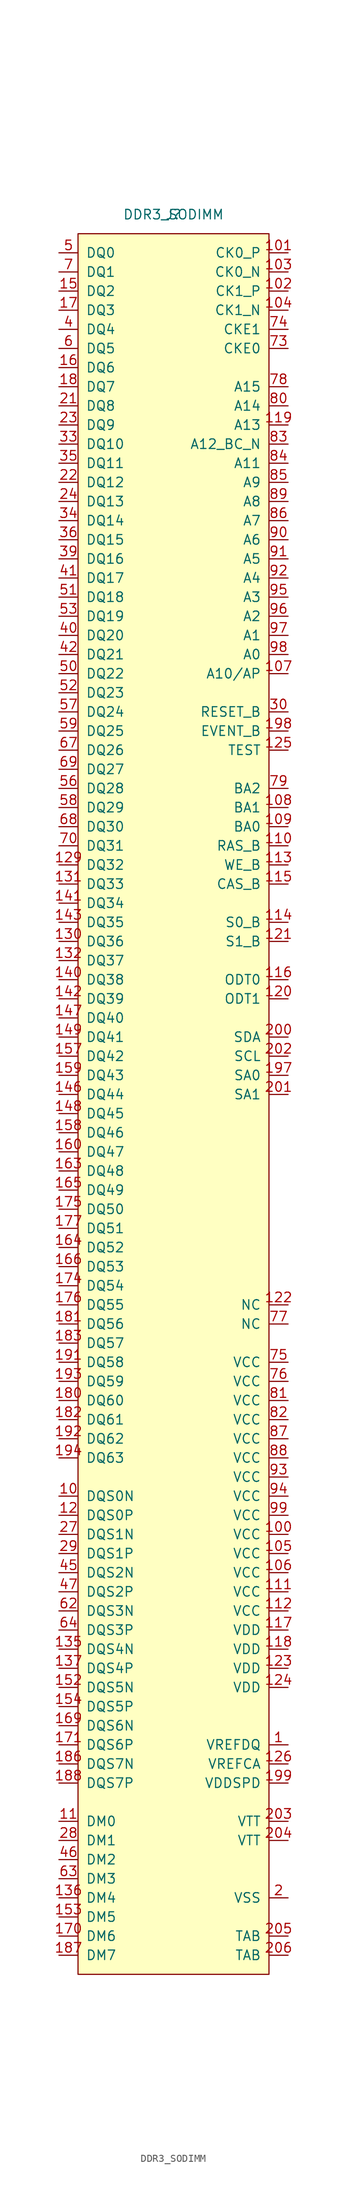
<source format=kicad_sym>
(kicad_symbol_lib
  (version 20220914)
  (generator kicad_symbol_editor)
  (symbol "DDR3_SODIMM"
    (pin_names
      (offset 1.016))
    (property "Reference" "J"
      (at 0 0 0)
      (effects (font (size 1.27 1.27))))
    (property "Value" "DDR3_SODIMM"
      (at 0 0 0)
      (effects (font (size 1.27 1.27))))
    (symbol "DDR3_SODIMM_0_1"
      (rectangle (start -12.7 -2.54) (end 12.7 -233.68) (stroke (width 0) (type default)) (fill (type background))))
    (symbol "DDR3_SODIMM_1_1"
      (pin power_in line (at 15.24 -203.2 180) (length 2.54) (name "VREFDQ" (effects (font (size 1.27 1.27)))) (number "1" (effects (font (size 1.27 1.27)))))
      (pin bidirectional line (at -15.24 -170.18 0) (length 2.54) (name "DQS0N" (effects (font (size 1.27 1.27)))) (number "10" (effects (font (size 1.27 1.27)))))
      (pin power_in line (at 15.24 -175.26 180) (length 2.54) (name "VCC" (effects (font (size 1.27 1.27)))) (number "100" (effects (font (size 1.27 1.27)))))
      (pin input line (at 15.24 -5.08 180) (length 2.54) (name "CK0_P" (effects (font (size 1.27 1.27)))) (number "101" (effects (font (size 1.27 1.27)))))
      (pin input line (at 15.24 -10.16 180) (length 2.54) (name "CK1_P" (effects (font (size 1.27 1.27)))) (number "102" (effects (font (size 1.27 1.27)))))
      (pin input line (at 15.24 -7.62 180) (length 2.54) (name "CK0_N" (effects (font (size 1.27 1.27)))) (number "103" (effects (font (size 1.27 1.27)))))
      (pin input line (at 15.24 -12.7 180) (length 2.54) (name "CK1_N" (effects (font (size 1.27 1.27)))) (number "104" (effects (font (size 1.27 1.27)))))
      (pin power_in line (at 15.24 -177.8 180) (length 2.54) (name "VCC" (effects (font (size 1.27 1.27)))) (number "105" (effects (font (size 1.27 1.27)))))
      (pin power_in line (at 15.24 -180.34 180) (length 2.54) (name "VCC" (effects (font (size 1.27 1.27)))) (number "106" (effects (font (size 1.27 1.27)))))
      (pin input line (at 15.24 -60.96 180) (length 2.54) (name "A10/AP" (effects (font (size 1.27 1.27)))) (number "107" (effects (font (size 1.27 1.27)))))
      (pin input line (at 15.24 -78.74 180) (length 2.54) (name "BA1" (effects (font (size 1.27 1.27)))) (number "108" (effects (font (size 1.27 1.27)))))
      (pin input line (at 15.24 -81.28 180) (length 2.54) (name "BA0" (effects (font (size 1.27 1.27)))) (number "109" (effects (font (size 1.27 1.27)))))
      (pin input line (at -15.24 -213.36 0) (length 2.54) (name "DM0" (effects (font (size 1.27 1.27)))) (number "11" (effects (font (size 1.27 1.27)))))
      (pin input line (at 15.24 -83.82 180) (length 2.54) (name "RAS_B" (effects (font (size 1.27 1.27)))) (number "110" (effects (font (size 1.27 1.27)))))
      (pin power_in line (at 15.24 -182.88 180) (length 2.54) (name "VCC" (effects (font (size 1.27 1.27)))) (number "111" (effects (font (size 1.27 1.27)))))
      (pin power_in line (at 15.24 -185.42 180) (length 2.54) (name "VCC" (effects (font (size 1.27 1.27)))) (number "112" (effects (font (size 1.27 1.27)))))
      (pin input line (at 15.24 -86.36 180) (length 2.54) (name "WE_B" (effects (font (size 1.27 1.27)))) (number "113" (effects (font (size 1.27 1.27)))))
      (pin input line (at 15.24 -93.98 180) (length 2.54) (name "S0_B" (effects (font (size 1.27 1.27)))) (number "114" (effects (font (size 1.27 1.27)))))
      (pin input line (at 15.24 -88.9 180) (length 2.54) (name "CAS_B" (effects (font (size 1.27 1.27)))) (number "115" (effects (font (size 1.27 1.27)))))
      (pin input line (at 15.24 -101.6 180) (length 2.54) (name "ODT0" (effects (font (size 1.27 1.27)))) (number "116" (effects (font (size 1.27 1.27)))))
      (pin power_in line (at 15.24 -187.96 180) (length 2.54) (name "VDD" (effects (font (size 1.27 1.27)))) (number "117" (effects (font (size 1.27 1.27)))))
      (pin power_in line (at 15.24 -190.5 180) (length 2.54) (name "VDD" (effects (font (size 1.27 1.27)))) (number "118" (effects (font (size 1.27 1.27)))))
      (pin input line (at 15.24 -27.94 180) (length 2.54) (name "A13" (effects (font (size 1.27 1.27)))) (number "119" (effects (font (size 1.27 1.27)))))
      (pin bidirectional line (at -15.24 -172.72 0) (length 2.54) (name "DQS0P" (effects (font (size 1.27 1.27)))) (number "12" (effects (font (size 1.27 1.27)))))
      (pin input line (at 15.24 -104.14 180) (length 2.54) (name "ODT1" (effects (font (size 1.27 1.27)))) (number "120" (effects (font (size 1.27 1.27)))))
      (pin input line (at 15.24 -96.52 180) (length 2.54) (name "S1_B" (effects (font (size 1.27 1.27)))) (number "121" (effects (font (size 1.27 1.27)))))
      (pin passive line (at 15.24 -144.78 180) (length 2.54) (name "NC" (effects (font (size 1.27 1.27)))) (number "122" (effects (font (size 1.27 1.27)))))
      (pin power_in line (at 15.24 -193.04 180) (length 2.54) (name "VDD" (effects (font (size 1.27 1.27)))) (number "123" (effects (font (size 1.27 1.27)))))
      (pin power_in line (at 15.24 -195.58 180) (length 2.54) (name "VDD" (effects (font (size 1.27 1.27)))) (number "124" (effects (font (size 1.27 1.27)))))
      (pin input line (at 15.24 -71.12 180) (length 2.54) (name "TEST" (effects (font (size 1.27 1.27)))) (number "125" (effects (font (size 1.27 1.27)))))
      (pin power_in line (at 15.24 -205.74 180) (length 2.54) (name "VREFCA" (effects (font (size 1.27 1.27)))) (number "126" (effects (font (size 1.27 1.27)))))
      (pin power_in line (at 15.24 -223.52 180) (length 2.54) hide (name "VSS" (effects (font (size 1.27 1.27)))) (number "127" (effects (font (size 1.27 1.27)))))
      (pin power_in line (at 15.24 -223.52 180) (length 2.54) hide (name "VSS" (effects (font (size 1.27 1.27)))) (number "128" (effects (font (size 1.27 1.27)))))
      (pin bidirectional line (at -15.24 -86.36 0) (length 2.54) (name "DQ32" (effects (font (size 1.27 1.27)))) (number "129" (effects (font (size 1.27 1.27)))))
      (pin power_in line (at 15.24 -223.52 180) (length 2.54) hide (name "VSS" (effects (font (size 1.27 1.27)))) (number "13" (effects (font (size 1.27 1.27)))))
      (pin power_in line (at 15.24 -223.52 180) (length 2.54) hide (name "VSS" (effects (font (size 1.27 1.27)))) (number "13" (effects (font (size 1.27 1.27)))))
      (pin bidirectional line (at -15.24 -96.52 0) (length 2.54) (name "DQ36" (effects (font (size 1.27 1.27)))) (number "130" (effects (font (size 1.27 1.27)))))
      (pin bidirectional line (at -15.24 -88.9 0) (length 2.54) (name "DQ33" (effects (font (size 1.27 1.27)))) (number "131" (effects (font (size 1.27 1.27)))))
      (pin bidirectional line (at -15.24 -99.06 0) (length 2.54) (name "DQ37" (effects (font (size 1.27 1.27)))) (number "132" (effects (font (size 1.27 1.27)))))
      (pin power_in line (at 15.24 -223.52 180) (length 2.54) hide (name "VSS" (effects (font (size 1.27 1.27)))) (number "133" (effects (font (size 1.27 1.27)))))
      (pin power_in line (at 15.24 -223.52 180) (length 2.54) hide (name "VSS" (effects (font (size 1.27 1.27)))) (number "134" (effects (font (size 1.27 1.27)))))
      (pin bidirectional line (at -15.24 -190.5 0) (length 2.54) (name "DQS4N" (effects (font (size 1.27 1.27)))) (number "135" (effects (font (size 1.27 1.27)))))
      (pin input line (at -15.24 -223.52 0) (length 2.54) (name "DM4" (effects (font (size 1.27 1.27)))) (number "136" (effects (font (size 1.27 1.27)))))
      (pin bidirectional line (at -15.24 -193.04 0) (length 2.54) (name "DQS4P" (effects (font (size 1.27 1.27)))) (number "137" (effects (font (size 1.27 1.27)))))
      (pin power_in line (at 15.24 -223.52 180) (length 2.54) hide (name "VSS" (effects (font (size 1.27 1.27)))) (number "138" (effects (font (size 1.27 1.27)))))
      (pin power_in line (at 15.24 -223.52 180) (length 2.54) hide (name "VSS" (effects (font (size 1.27 1.27)))) (number "139" (effects (font (size 1.27 1.27)))))
      (pin power_in line (at 15.24 -223.52 180) (length 2.54) hide (name "VSS" (effects (font (size 1.27 1.27)))) (number "14" (effects (font (size 1.27 1.27)))))
      (pin bidirectional line (at -15.24 -101.6 0) (length 2.54) (name "DQ38" (effects (font (size 1.27 1.27)))) (number "140" (effects (font (size 1.27 1.27)))))
      (pin bidirectional line (at -15.24 -91.44 0) (length 2.54) (name "DQ34" (effects (font (size 1.27 1.27)))) (number "141" (effects (font (size 1.27 1.27)))))
      (pin bidirectional line (at -15.24 -104.14 0) (length 2.54) (name "DQ39" (effects (font (size 1.27 1.27)))) (number "142" (effects (font (size 1.27 1.27)))))
      (pin bidirectional line (at -15.24 -93.98 0) (length 2.54) (name "DQ35" (effects (font (size 1.27 1.27)))) (number "143" (effects (font (size 1.27 1.27)))))
      (pin power_in line (at 15.24 -223.52 180) (length 2.54) hide (name "VSS" (effects (font (size 1.27 1.27)))) (number "144" (effects (font (size 1.27 1.27)))))
      (pin power_in line (at 15.24 -223.52 180) (length 2.54) hide (name "VSS" (effects (font (size 1.27 1.27)))) (number "145" (effects (font (size 1.27 1.27)))))
      (pin bidirectional line (at -15.24 -116.84 0) (length 2.54) (name "DQ44" (effects (font (size 1.27 1.27)))) (number "146" (effects (font (size 1.27 1.27)))))
      (pin bidirectional line (at -15.24 -106.68 0) (length 2.54) (name "DQ40" (effects (font (size 1.27 1.27)))) (number "147" (effects (font (size 1.27 1.27)))))
      (pin bidirectional line (at -15.24 -119.38 0) (length 2.54) (name "DQ45" (effects (font (size 1.27 1.27)))) (number "148" (effects (font (size 1.27 1.27)))))
      (pin bidirectional line (at -15.24 -109.22 0) (length 2.54) (name "DQ41" (effects (font (size 1.27 1.27)))) (number "149" (effects (font (size 1.27 1.27)))))
      (pin bidirectional line (at -15.24 -10.16 0) (length 2.54) (name "DQ2" (effects (font (size 1.27 1.27)))) (number "15" (effects (font (size 1.27 1.27)))))
      (pin power_in line (at 15.24 -223.52 180) (length 2.54) hide (name "VSS" (effects (font (size 1.27 1.27)))) (number "150" (effects (font (size 1.27 1.27)))))
      (pin power_in line (at 15.24 -223.52 180) (length 2.54) hide (name "VSS" (effects (font (size 1.27 1.27)))) (number "151" (effects (font (size 1.27 1.27)))))
      (pin bidirectional line (at -15.24 -195.58 0) (length 2.54) (name "DQS5N" (effects (font (size 1.27 1.27)))) (number "152" (effects (font (size 1.27 1.27)))))
      (pin input line (at -15.24 -226.06 0) (length 2.54) (name "DM5" (effects (font (size 1.27 1.27)))) (number "153" (effects (font (size 1.27 1.27)))))
      (pin bidirectional line (at -15.24 -198.12 0) (length 2.54) (name "DQS5P" (effects (font (size 1.27 1.27)))) (number "154" (effects (font (size 1.27 1.27)))))
      (pin power_in line (at 15.24 -223.52 180) (length 2.54) hide (name "VSS" (effects (font (size 1.27 1.27)))) (number "155" (effects (font (size 1.27 1.27)))))
      (pin power_in line (at 15.24 -223.52 180) (length 2.54) hide (name "VSS" (effects (font (size 1.27 1.27)))) (number "156" (effects (font (size 1.27 1.27)))))
      (pin bidirectional line (at -15.24 -111.76 0) (length 2.54) (name "DQ42" (effects (font (size 1.27 1.27)))) (number "157" (effects (font (size 1.27 1.27)))))
      (pin bidirectional line (at -15.24 -121.92 0) (length 2.54) (name "DQ46" (effects (font (size 1.27 1.27)))) (number "158" (effects (font (size 1.27 1.27)))))
      (pin bidirectional line (at -15.24 -114.3 0) (length 2.54) (name "DQ43" (effects (font (size 1.27 1.27)))) (number "159" (effects (font (size 1.27 1.27)))))
      (pin bidirectional line (at -15.24 -20.32 0) (length 2.54) (name "DQ6" (effects (font (size 1.27 1.27)))) (number "16" (effects (font (size 1.27 1.27)))))
      (pin bidirectional line (at -15.24 -124.46 0) (length 2.54) (name "DQ47" (effects (font (size 1.27 1.27)))) (number "160" (effects (font (size 1.27 1.27)))))
      (pin power_in line (at 15.24 -223.52 180) (length 2.54) hide (name "VSS" (effects (font (size 1.27 1.27)))) (number "161" (effects (font (size 1.27 1.27)))))
      (pin power_in line (at 15.24 -223.52 180) (length 2.54) hide (name "VSS" (effects (font (size 1.27 1.27)))) (number "162" (effects (font (size 1.27 1.27)))))
      (pin bidirectional line (at -15.24 -127 0) (length 2.54) (name "DQ48" (effects (font (size 1.27 1.27)))) (number "163" (effects (font (size 1.27 1.27)))))
      (pin bidirectional line (at -15.24 -137.16 0) (length 2.54) (name "DQ52" (effects (font (size 1.27 1.27)))) (number "164" (effects (font (size 1.27 1.27)))))
      (pin bidirectional line (at -15.24 -129.54 0) (length 2.54) (name "DQ49" (effects (font (size 1.27 1.27)))) (number "165" (effects (font (size 1.27 1.27)))))
      (pin bidirectional line (at -15.24 -139.7 0) (length 2.54) (name "DQ53" (effects (font (size 1.27 1.27)))) (number "166" (effects (font (size 1.27 1.27)))))
      (pin power_in line (at 15.24 -223.52 180) (length 2.54) hide (name "VSS" (effects (font (size 1.27 1.27)))) (number "167" (effects (font (size 1.27 1.27)))))
      (pin power_in line (at 15.24 -223.52 180) (length 2.54) hide (name "VSS" (effects (font (size 1.27 1.27)))) (number "168" (effects (font (size 1.27 1.27)))))
      (pin bidirectional line (at -15.24 -200.66 0) (length 2.54) (name "DQS6N" (effects (font (size 1.27 1.27)))) (number "169" (effects (font (size 1.27 1.27)))))
      (pin bidirectional line (at -15.24 -12.7 0) (length 2.54) (name "DQ3" (effects (font (size 1.27 1.27)))) (number "17" (effects (font (size 1.27 1.27)))))
      (pin input line (at -15.24 -228.6 0) (length 2.54) (name "DM6" (effects (font (size 1.27 1.27)))) (number "170" (effects (font (size 1.27 1.27)))))
      (pin bidirectional line (at -15.24 -203.2 0) (length 2.54) (name "DQS6P" (effects (font (size 1.27 1.27)))) (number "171" (effects (font (size 1.27 1.27)))))
      (pin power_in line (at 15.24 -223.52 180) (length 2.54) hide (name "VSS" (effects (font (size 1.27 1.27)))) (number "172" (effects (font (size 1.27 1.27)))))
      (pin power_in line (at 15.24 -223.52 180) (length 2.54) hide (name "VSS" (effects (font (size 1.27 1.27)))) (number "173" (effects (font (size 1.27 1.27)))))
      (pin bidirectional line (at -15.24 -142.24 0) (length 2.54) (name "DQ54" (effects (font (size 1.27 1.27)))) (number "174" (effects (font (size 1.27 1.27)))))
      (pin bidirectional line (at -15.24 -132.08 0) (length 2.54) (name "DQ50" (effects (font (size 1.27 1.27)))) (number "175" (effects (font (size 1.27 1.27)))))
      (pin bidirectional line (at -15.24 -144.78 0) (length 2.54) (name "DQ55" (effects (font (size 1.27 1.27)))) (number "176" (effects (font (size 1.27 1.27)))))
      (pin bidirectional line (at -15.24 -134.62 0) (length 2.54) (name "DQ51" (effects (font (size 1.27 1.27)))) (number "177" (effects (font (size 1.27 1.27)))))
      (pin power_in line (at 15.24 -223.52 180) (length 2.54) hide (name "VSS" (effects (font (size 1.27 1.27)))) (number "178" (effects (font (size 1.27 1.27)))))
      (pin power_in line (at 15.24 -223.52 180) (length 2.54) hide (name "VSS" (effects (font (size 1.27 1.27)))) (number "179" (effects (font (size 1.27 1.27)))))
      (pin bidirectional line (at -15.24 -22.86 0) (length 2.54) (name "DQ7" (effects (font (size 1.27 1.27)))) (number "18" (effects (font (size 1.27 1.27)))))
      (pin bidirectional line (at -15.24 -157.48 0) (length 2.54) (name "DQ60" (effects (font (size 1.27 1.27)))) (number "180" (effects (font (size 1.27 1.27)))))
      (pin bidirectional line (at -15.24 -147.32 0) (length 2.54) (name "DQ56" (effects (font (size 1.27 1.27)))) (number "181" (effects (font (size 1.27 1.27)))))
      (pin bidirectional line (at -15.24 -160.02 0) (length 2.54) (name "DQ61" (effects (font (size 1.27 1.27)))) (number "182" (effects (font (size 1.27 1.27)))))
      (pin bidirectional line (at -15.24 -149.86 0) (length 2.54) (name "DQ57" (effects (font (size 1.27 1.27)))) (number "183" (effects (font (size 1.27 1.27)))))
      (pin power_in line (at 15.24 -223.52 180) (length 2.54) hide (name "VSS" (effects (font (size 1.27 1.27)))) (number "184" (effects (font (size 1.27 1.27)))))
      (pin power_in line (at 15.24 -223.52 180) (length 2.54) hide (name "VSS" (effects (font (size 1.27 1.27)))) (number "185" (effects (font (size 1.27 1.27)))))
      (pin power_in line (at 15.24 -223.52 180) (length 2.54) hide (name "VSS" (effects (font (size 1.27 1.27)))) (number "185" (effects (font (size 1.27 1.27)))))
      (pin bidirectional line (at -15.24 -205.74 0) (length 2.54) (name "DQS7N" (effects (font (size 1.27 1.27)))) (number "186" (effects (font (size 1.27 1.27)))))
      (pin input line (at -15.24 -231.14 0) (length 2.54) (name "DM7" (effects (font (size 1.27 1.27)))) (number "187" (effects (font (size 1.27 1.27)))))
      (pin bidirectional line (at -15.24 -208.28 0) (length 2.54) (name "DQS7P" (effects (font (size 1.27 1.27)))) (number "188" (effects (font (size 1.27 1.27)))))
      (pin power_in line (at 15.24 -223.52 180) (length 2.54) hide (name "VSS" (effects (font (size 1.27 1.27)))) (number "189" (effects (font (size 1.27 1.27)))))
      (pin power_in line (at 15.24 -223.52 180) (length 2.54) hide (name "VSS" (effects (font (size 1.27 1.27)))) (number "19" (effects (font (size 1.27 1.27)))))
      (pin power_in line (at 15.24 -223.52 180) (length 2.54) hide (name "VSS" (effects (font (size 1.27 1.27)))) (number "190" (effects (font (size 1.27 1.27)))))
      (pin bidirectional line (at -15.24 -152.4 0) (length 2.54) (name "DQ58" (effects (font (size 1.27 1.27)))) (number "191" (effects (font (size 1.27 1.27)))))
      (pin bidirectional line (at -15.24 -162.56 0) (length 2.54) (name "DQ62" (effects (font (size 1.27 1.27)))) (number "192" (effects (font (size 1.27 1.27)))))
      (pin bidirectional line (at -15.24 -154.94 0) (length 2.54) (name "DQ59" (effects (font (size 1.27 1.27)))) (number "193" (effects (font (size 1.27 1.27)))))
      (pin bidirectional line (at -15.24 -165.1 0) (length 2.54) (name "DQ63" (effects (font (size 1.27 1.27)))) (number "194" (effects (font (size 1.27 1.27)))))
      (pin power_in line (at 15.24 -223.52 180) (length 2.54) hide (name "VSS" (effects (font (size 1.27 1.27)))) (number "195" (effects (font (size 1.27 1.27)))))
      (pin power_in line (at 15.24 -223.52 180) (length 2.54) hide (name "VSS" (effects (font (size 1.27 1.27)))) (number "196" (effects (font (size 1.27 1.27)))))
      (pin bidirectional line (at 15.24 -114.3 180) (length 2.54) (name "SA0" (effects (font (size 1.27 1.27)))) (number "197" (effects (font (size 1.27 1.27)))))
      (pin input line (at 15.24 -68.58 180) (length 2.54) (name "EVENT_B" (effects (font (size 1.27 1.27)))) (number "198" (effects (font (size 1.27 1.27)))))
      (pin power_in line (at 15.24 -208.28 180) (length 2.54) (name "VDDSPD" (effects (font (size 1.27 1.27)))) (number "199" (effects (font (size 1.27 1.27)))))
      (pin power_in line (at 15.24 -223.52 180) (length 2.54) (name "VSS" (effects (font (size 1.27 1.27)))) (number "2" (effects (font (size 1.27 1.27)))))
      (pin power_in line (at 15.24 -223.52 180) (length 2.54) hide (name "VSS" (effects (font (size 1.27 1.27)))) (number "20" (effects (font (size 1.27 1.27)))))
      (pin bidirectional line (at 15.24 -109.22 180) (length 2.54) (name "SDA" (effects (font (size 1.27 1.27)))) (number "200" (effects (font (size 1.27 1.27)))))
      (pin bidirectional line (at 15.24 -116.84 180) (length 2.54) (name "SA1" (effects (font (size 1.27 1.27)))) (number "201" (effects (font (size 1.27 1.27)))))
      (pin bidirectional line (at 15.24 -111.76 180) (length 2.54) (name "SCL" (effects (font (size 1.27 1.27)))) (number "202" (effects (font (size 1.27 1.27)))))
      (pin power_in line (at 15.24 -213.36 180) (length 2.54) (name "VTT" (effects (font (size 1.27 1.27)))) (number "203" (effects (font (size 1.27 1.27)))))
      (pin power_in line (at 15.24 -215.9 180) (length 2.54) (name "VTT" (effects (font (size 1.27 1.27)))) (number "204" (effects (font (size 1.27 1.27)))))
      (pin passive line (at 15.24 -228.6 180) (length 2.54) (name "TAB" (effects (font (size 1.27 1.27)))) (number "205" (effects (font (size 1.27 1.27)))))
      (pin passive line (at 15.24 -231.14 180) (length 2.54) (name "TAB" (effects (font (size 1.27 1.27)))) (number "206" (effects (font (size 1.27 1.27)))))
      (pin bidirectional line (at -15.24 -25.4 0) (length 2.54) (name "DQ8" (effects (font (size 1.27 1.27)))) (number "21" (effects (font (size 1.27 1.27)))))
      (pin bidirectional line (at -15.24 -35.56 0) (length 2.54) (name "DQ12" (effects (font (size 1.27 1.27)))) (number "22" (effects (font (size 1.27 1.27)))))
      (pin bidirectional line (at -15.24 -27.94 0) (length 2.54) (name "DQ9" (effects (font (size 1.27 1.27)))) (number "23" (effects (font (size 1.27 1.27)))))
      (pin bidirectional line (at -15.24 -38.1 0) (length 2.54) (name "DQ13" (effects (font (size 1.27 1.27)))) (number "24" (effects (font (size 1.27 1.27)))))
      (pin power_in line (at 15.24 -223.52 180) (length 2.54) hide (name "VSS" (effects (font (size 1.27 1.27)))) (number "25" (effects (font (size 1.27 1.27)))))
      (pin power_in line (at 15.24 -223.52 180) (length 2.54) hide (name "VSS" (effects (font (size 1.27 1.27)))) (number "26" (effects (font (size 1.27 1.27)))))
      (pin bidirectional line (at -15.24 -175.26 0) (length 2.54) (name "DQS1N" (effects (font (size 1.27 1.27)))) (number "27" (effects (font (size 1.27 1.27)))))
      (pin input line (at -15.24 -215.9 0) (length 2.54) (name "DM1" (effects (font (size 1.27 1.27)))) (number "28" (effects (font (size 1.27 1.27)))))
      (pin bidirectional line (at -15.24 -177.8 0) (length 2.54) (name "DQS1P" (effects (font (size 1.27 1.27)))) (number "29" (effects (font (size 1.27 1.27)))))
      (pin power_in line (at 15.24 -223.52 180) (length 2.54) hide (name "VSS" (effects (font (size 1.27 1.27)))) (number "3" (effects (font (size 1.27 1.27)))))
      (pin input line (at 15.24 -66.04 180) (length 2.54) (name "RESET_B" (effects (font (size 1.27 1.27)))) (number "30" (effects (font (size 1.27 1.27)))))
      (pin power_in line (at 15.24 -223.52 180) (length 2.54) hide (name "VSS" (effects (font (size 1.27 1.27)))) (number "31" (effects (font (size 1.27 1.27)))))
      (pin power_in line (at 15.24 -223.52 180) (length 2.54) hide (name "VSS" (effects (font (size 1.27 1.27)))) (number "32" (effects (font (size 1.27 1.27)))))
      (pin bidirectional line (at -15.24 -30.48 0) (length 2.54) (name "DQ10" (effects (font (size 1.27 1.27)))) (number "33" (effects (font (size 1.27 1.27)))))
      (pin bidirectional line (at -15.24 -40.64 0) (length 2.54) (name "DQ14" (effects (font (size 1.27 1.27)))) (number "34" (effects (font (size 1.27 1.27)))))
      (pin bidirectional line (at -15.24 -33.02 0) (length 2.54) (name "DQ11" (effects (font (size 1.27 1.27)))) (number "35" (effects (font (size 1.27 1.27)))))
      (pin bidirectional line (at -15.24 -43.18 0) (length 2.54) (name "DQ15" (effects (font (size 1.27 1.27)))) (number "36" (effects (font (size 1.27 1.27)))))
      (pin power_in line (at 15.24 -223.52 180) (length 2.54) hide (name "VSS" (effects (font (size 1.27 1.27)))) (number "37" (effects (font (size 1.27 1.27)))))
      (pin power_in line (at 15.24 -223.52 180) (length 2.54) hide (name "VSS" (effects (font (size 1.27 1.27)))) (number "38" (effects (font (size 1.27 1.27)))))
      (pin bidirectional line (at -15.24 -45.72 0) (length 2.54) (name "DQ16" (effects (font (size 1.27 1.27)))) (number "39" (effects (font (size 1.27 1.27)))))
      (pin bidirectional line (at -15.24 -15.24 0) (length 2.54) (name "DQ4" (effects (font (size 1.27 1.27)))) (number "4" (effects (font (size 1.27 1.27)))))
      (pin bidirectional line (at -15.24 -55.88 0) (length 2.54) (name "DQ20" (effects (font (size 1.27 1.27)))) (number "40" (effects (font (size 1.27 1.27)))))
      (pin bidirectional line (at -15.24 -48.26 0) (length 2.54) (name "DQ17" (effects (font (size 1.27 1.27)))) (number "41" (effects (font (size 1.27 1.27)))))
      (pin bidirectional line (at -15.24 -58.42 0) (length 2.54) (name "DQ21" (effects (font (size 1.27 1.27)))) (number "42" (effects (font (size 1.27 1.27)))))
      (pin power_in line (at 15.24 -223.52 180) (length 2.54) hide (name "VSS" (effects (font (size 1.27 1.27)))) (number "43" (effects (font (size 1.27 1.27)))))
      (pin power_in line (at 15.24 -223.52 180) (length 2.54) hide (name "VSS" (effects (font (size 1.27 1.27)))) (number "43" (effects (font (size 1.27 1.27)))))
      (pin power_in line (at 15.24 -223.52 180) (length 2.54) hide (name "VSS" (effects (font (size 1.27 1.27)))) (number "44" (effects (font (size 1.27 1.27)))))
      (pin bidirectional line (at -15.24 -180.34 0) (length 2.54) (name "DQS2N" (effects (font (size 1.27 1.27)))) (number "45" (effects (font (size 1.27 1.27)))))
      (pin input line (at -15.24 -218.44 0) (length 2.54) (name "DM2" (effects (font (size 1.27 1.27)))) (number "46" (effects (font (size 1.27 1.27)))))
      (pin bidirectional line (at -15.24 -182.88 0) (length 2.54) (name "DQS2P" (effects (font (size 1.27 1.27)))) (number "47" (effects (font (size 1.27 1.27)))))
      (pin power_in line (at 15.24 -223.52 180) (length 2.54) hide (name "VSS" (effects (font (size 1.27 1.27)))) (number "48" (effects (font (size 1.27 1.27)))))
      (pin power_in line (at 15.24 -223.52 180) (length 2.54) hide (name "VSS" (effects (font (size 1.27 1.27)))) (number "49" (effects (font (size 1.27 1.27)))))
      (pin bidirectional line (at -15.24 -5.08 0) (length 2.54) (name "DQ0" (effects (font (size 1.27 1.27)))) (number "5" (effects (font (size 1.27 1.27)))))
      (pin bidirectional line (at -15.24 -60.96 0) (length 2.54) (name "DQ22" (effects (font (size 1.27 1.27)))) (number "50" (effects (font (size 1.27 1.27)))))
      (pin bidirectional line (at -15.24 -50.8 0) (length 2.54) (name "DQ18" (effects (font (size 1.27 1.27)))) (number "51" (effects (font (size 1.27 1.27)))))
      (pin bidirectional line (at -15.24 -63.5 0) (length 2.54) (name "DQ23" (effects (font (size 1.27 1.27)))) (number "52" (effects (font (size 1.27 1.27)))))
      (pin bidirectional line (at -15.24 -53.34 0) (length 2.54) (name "DQ19" (effects (font (size 1.27 1.27)))) (number "53" (effects (font (size 1.27 1.27)))))
      (pin power_in line (at 15.24 -223.52 180) (length 2.54) hide (name "VSS" (effects (font (size 1.27 1.27)))) (number "54" (effects (font (size 1.27 1.27)))))
      (pin power_in line (at 15.24 -223.52 180) (length 2.54) hide (name "VSS" (effects (font (size 1.27 1.27)))) (number "55" (effects (font (size 1.27 1.27)))))
      (pin bidirectional line (at -15.24 -76.2 0) (length 2.54) (name "DQ28" (effects (font (size 1.27 1.27)))) (number "56" (effects (font (size 1.27 1.27)))))
      (pin bidirectional line (at -15.24 -66.04 0) (length 2.54) (name "DQ24" (effects (font (size 1.27 1.27)))) (number "57" (effects (font (size 1.27 1.27)))))
      (pin bidirectional line (at -15.24 -78.74 0) (length 2.54) (name "DQ29" (effects (font (size 1.27 1.27)))) (number "58" (effects (font (size 1.27 1.27)))))
      (pin bidirectional line (at -15.24 -68.58 0) (length 2.54) (name "DQ25" (effects (font (size 1.27 1.27)))) (number "59" (effects (font (size 1.27 1.27)))))
      (pin bidirectional line (at -15.24 -17.78 0) (length 2.54) (name "DQ5" (effects (font (size 1.27 1.27)))) (number "6" (effects (font (size 1.27 1.27)))))
      (pin power_in line (at 15.24 -223.52 180) (length 2.54) hide (name "VSS" (effects (font (size 1.27 1.27)))) (number "60" (effects (font (size 1.27 1.27)))))
      (pin power_in line (at 15.24 -223.52 180) (length 2.54) hide (name "VSS" (effects (font (size 1.27 1.27)))) (number "61" (effects (font (size 1.27 1.27)))))
      (pin bidirectional line (at -15.24 -185.42 0) (length 2.54) (name "DQS3N" (effects (font (size 1.27 1.27)))) (number "62" (effects (font (size 1.27 1.27)))))
      (pin input line (at -15.24 -220.98 0) (length 2.54) (name "DM3" (effects (font (size 1.27 1.27)))) (number "63" (effects (font (size 1.27 1.27)))))
      (pin bidirectional line (at -15.24 -187.96 0) (length 2.54) (name "DQS3P" (effects (font (size 1.27 1.27)))) (number "64" (effects (font (size 1.27 1.27)))))
      (pin power_in line (at 15.24 -223.52 180) (length 2.54) hide (name "VSS" (effects (font (size 1.27 1.27)))) (number "65" (effects (font (size 1.27 1.27)))))
      (pin power_in line (at 15.24 -223.52 180) (length 2.54) hide (name "VSS" (effects (font (size 1.27 1.27)))) (number "66" (effects (font (size 1.27 1.27)))))
      (pin bidirectional line (at -15.24 -71.12 0) (length 2.54) (name "DQ26" (effects (font (size 1.27 1.27)))) (number "67" (effects (font (size 1.27 1.27)))))
      (pin bidirectional line (at -15.24 -81.28 0) (length 2.54) (name "DQ30" (effects (font (size 1.27 1.27)))) (number "68" (effects (font (size 1.27 1.27)))))
      (pin bidirectional line (at -15.24 -73.66 0) (length 2.54) (name "DQ27" (effects (font (size 1.27 1.27)))) (number "69" (effects (font (size 1.27 1.27)))))
      (pin bidirectional line (at -15.24 -7.62 0) (length 2.54) (name "DQ1" (effects (font (size 1.27 1.27)))) (number "7" (effects (font (size 1.27 1.27)))))
      (pin bidirectional line (at -15.24 -83.82 0) (length 2.54) (name "DQ31" (effects (font (size 1.27 1.27)))) (number "70" (effects (font (size 1.27 1.27)))))
      (pin power_in line (at 15.24 -223.52 180) (length 2.54) hide (name "VSS" (effects (font (size 1.27 1.27)))) (number "71" (effects (font (size 1.27 1.27)))))
      (pin power_in line (at 15.24 -223.52 180) (length 2.54) hide (name "VSS" (effects (font (size 1.27 1.27)))) (number "72" (effects (font (size 1.27 1.27)))))
      (pin input line (at 15.24 -17.78 180) (length 2.54) (name "CKE0" (effects (font (size 1.27 1.27)))) (number "73" (effects (font (size 1.27 1.27)))))
      (pin input line (at 15.24 -15.24 180) (length 2.54) (name "CKE1" (effects (font (size 1.27 1.27)))) (number "74" (effects (font (size 1.27 1.27)))))
      (pin power_in line (at 15.24 -152.4 180) (length 2.54) (name "VCC" (effects (font (size 1.27 1.27)))) (number "75" (effects (font (size 1.27 1.27)))))
      (pin power_in line (at 15.24 -154.94 180) (length 2.54) (name "VCC" (effects (font (size 1.27 1.27)))) (number "76" (effects (font (size 1.27 1.27)))))
      (pin passive line (at 15.24 -147.32 180) (length 2.54) (name "NC" (effects (font (size 1.27 1.27)))) (number "77" (effects (font (size 1.27 1.27)))))
      (pin input line (at 15.24 -22.86 180) (length 2.54) (name "A15" (effects (font (size 1.27 1.27)))) (number "78" (effects (font (size 1.27 1.27)))))
      (pin input line (at 15.24 -76.2 180) (length 2.54) (name "BA2" (effects (font (size 1.27 1.27)))) (number "79" (effects (font (size 1.27 1.27)))))
      (pin power_in line (at 15.24 -223.52 180) (length 2.54) hide (name "VSS" (effects (font (size 1.27 1.27)))) (number "8" (effects (font (size 1.27 1.27)))))
      (pin input line (at 15.24 -25.4 180) (length 2.54) (name "A14" (effects (font (size 1.27 1.27)))) (number "80" (effects (font (size 1.27 1.27)))))
      (pin power_in line (at 15.24 -157.48 180) (length 2.54) (name "VCC" (effects (font (size 1.27 1.27)))) (number "81" (effects (font (size 1.27 1.27)))))
      (pin power_in line (at 15.24 -160.02 180) (length 2.54) (name "VCC" (effects (font (size 1.27 1.27)))) (number "82" (effects (font (size 1.27 1.27)))))
      (pin input line (at 15.24 -30.48 180) (length 2.54) (name "A12_BC_N" (effects (font (size 1.27 1.27)))) (number "83" (effects (font (size 1.27 1.27)))))
      (pin input line (at 15.24 -33.02 180) (length 2.54) (name "A11" (effects (font (size 1.27 1.27)))) (number "84" (effects (font (size 1.27 1.27)))))
      (pin input line (at 15.24 -35.56 180) (length 2.54) (name "A9" (effects (font (size 1.27 1.27)))) (number "85" (effects (font (size 1.27 1.27)))))
      (pin input line (at 15.24 -40.64 180) (length 2.54) (name "A7" (effects (font (size 1.27 1.27)))) (number "86" (effects (font (size 1.27 1.27)))))
      (pin power_in line (at 15.24 -162.56 180) (length 2.54) (name "VCC" (effects (font (size 1.27 1.27)))) (number "87" (effects (font (size 1.27 1.27)))))
      (pin power_in line (at 15.24 -165.1 180) (length 2.54) (name "VCC" (effects (font (size 1.27 1.27)))) (number "88" (effects (font (size 1.27 1.27)))))
      (pin input line (at 15.24 -38.1 180) (length 2.54) (name "A8" (effects (font (size 1.27 1.27)))) (number "89" (effects (font (size 1.27 1.27)))))
      (pin power_in line (at 15.24 -223.52 180) (length 2.54) hide (name "VSS" (effects (font (size 1.27 1.27)))) (number "9" (effects (font (size 1.27 1.27)))))
      (pin input line (at 15.24 -43.18 180) (length 2.54) (name "A6" (effects (font (size 1.27 1.27)))) (number "90" (effects (font (size 1.27 1.27)))))
      (pin input line (at 15.24 -45.72 180) (length 2.54) (name "A5" (effects (font (size 1.27 1.27)))) (number "91" (effects (font (size 1.27 1.27)))))
      (pin input line (at 15.24 -48.26 180) (length 2.54) (name "A4" (effects (font (size 1.27 1.27)))) (number "92" (effects (font (size 1.27 1.27)))))
      (pin power_in line (at 15.24 -167.64 180) (length 2.54) (name "VCC" (effects (font (size 1.27 1.27)))) (number "93" (effects (font (size 1.27 1.27)))))
      (pin power_in line (at 15.24 -170.18 180) (length 2.54) (name "VCC" (effects (font (size 1.27 1.27)))) (number "94" (effects (font (size 1.27 1.27)))))
      (pin input line (at 15.24 -50.8 180) (length 2.54) (name "A3" (effects (font (size 1.27 1.27)))) (number "95" (effects (font (size 1.27 1.27)))))
      (pin input line (at 15.24 -53.34 180) (length 2.54) (name "A2" (effects (font (size 1.27 1.27)))) (number "96" (effects (font (size 1.27 1.27)))))
      (pin input line (at 15.24 -55.88 180) (length 2.54) (name "A1" (effects (font (size 1.27 1.27)))) (number "97" (effects (font (size 1.27 1.27)))))
      (pin input line (at 15.24 -58.42 180) (length 2.54) (name "A0" (effects (font (size 1.27 1.27)))) (number "98" (effects (font (size 1.27 1.27)))))
      (pin power_in line (at 15.24 -172.72 180) (length 2.54) (name "VCC" (effects (font (size 1.27 1.27)))) (number "99" (effects (font (size 1.27 1.27))))))))
</source>
